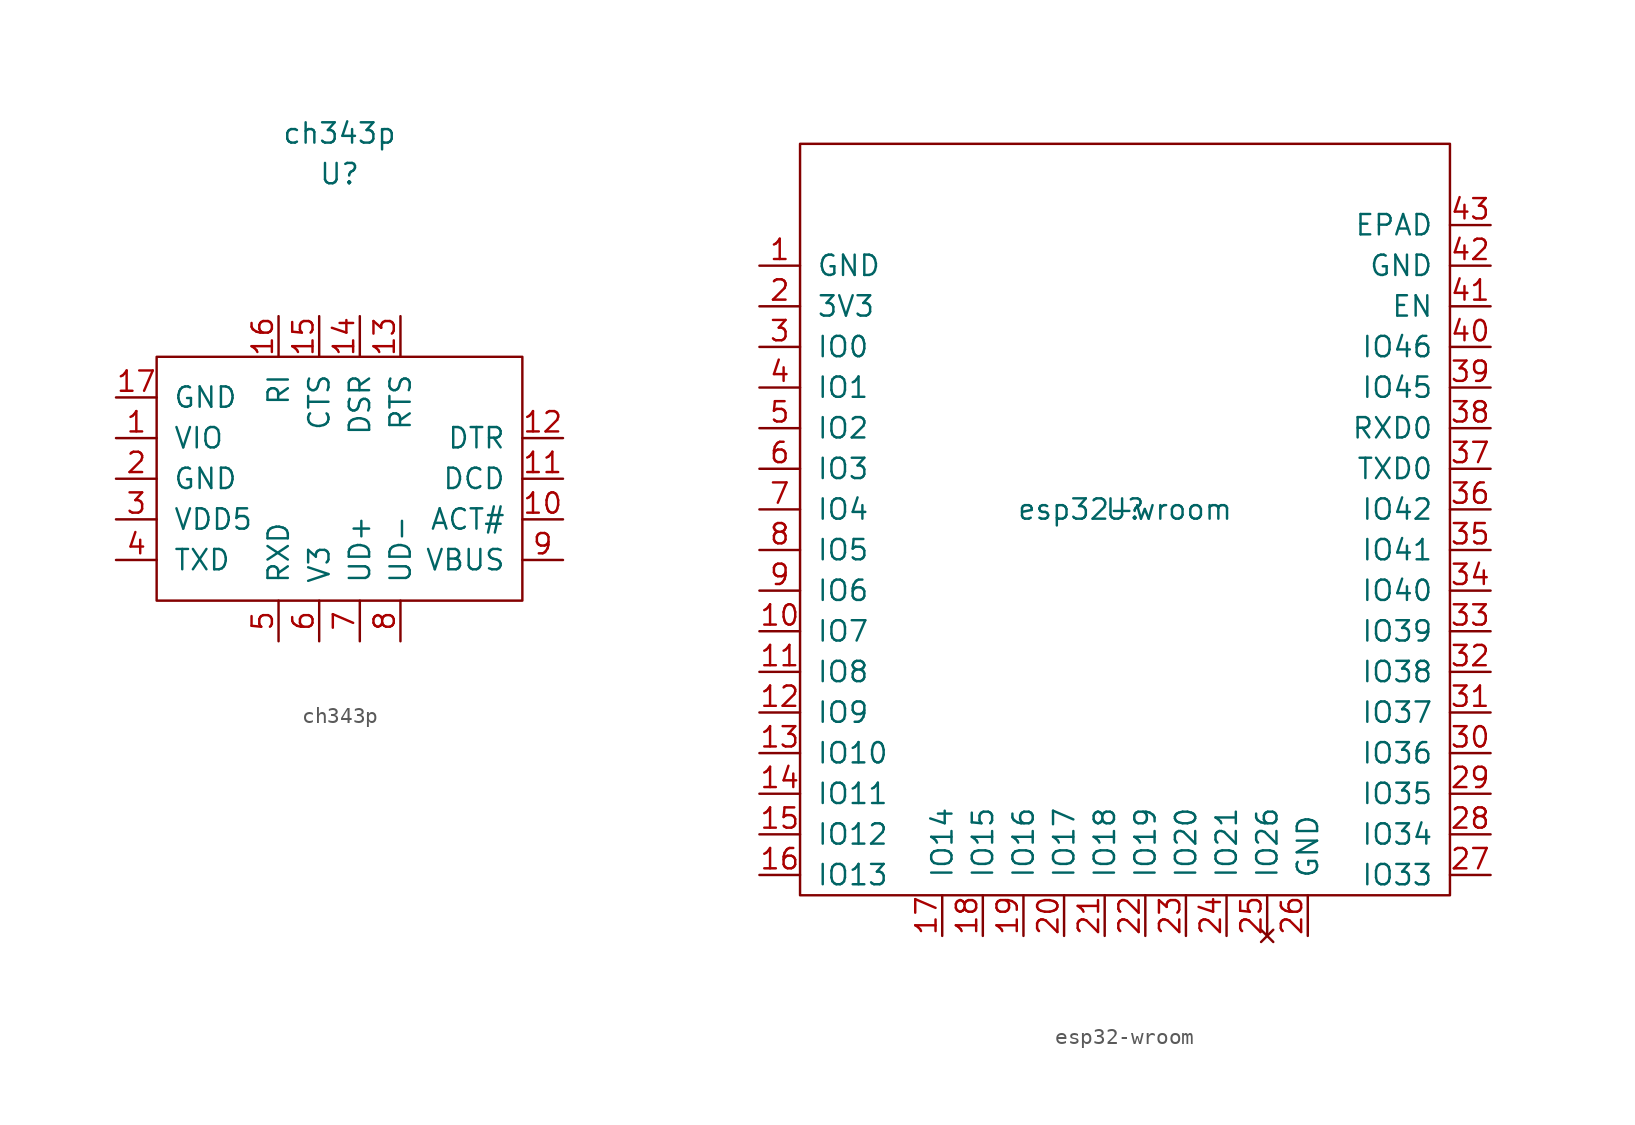
<source format=kicad_sym>
(kicad_symbol_lib
  (version 20211014)
  (generator kicad_symbol_editor)
  (symbol "ch343p"
    (pin_names
      (offset 1.016))
    (property "Reference" "U"
      (at 5.08 19.05 0)
      (effects (font (size 1.27 1.27))))
    (property "Value" "ch343p"
      (at 5.08 21.59 0)
      (effects (font (size 1.27 1.27))))
    (symbol "ch343p_0_1"
      (rectangle (start -6.35 7.62) (end 16.51 -7.62) (stroke (width 0) (type default) (color 0 0 0 0)) (fill (type none))))
    (symbol "ch343p_1_1"
      (pin passive line (at -8.89 2.54 0) (length 2.54) (name "VIO" (effects (font (size 1.27 1.27)))) (number "1" (effects (font (size 1.27 1.27)))))
      (pin passive line (at 19.05 -2.54 180) (length 2.54) (name "ACT#" (effects (font (size 1.27 1.27)))) (number "10" (effects (font (size 1.27 1.27)))))
      (pin passive line (at 19.05 0 180) (length 2.54) (name "DCD" (effects (font (size 1.27 1.27)))) (number "11" (effects (font (size 1.27 1.27)))))
      (pin passive line (at 19.05 2.54 180) (length 2.54) (name "DTR" (effects (font (size 1.27 1.27)))) (number "12" (effects (font (size 1.27 1.27)))))
      (pin passive line (at 8.89 10.16 270) (length 2.54) (name "RTS" (effects (font (size 1.27 1.27)))) (number "13" (effects (font (size 1.27 1.27)))))
      (pin passive line (at 6.35 10.16 270) (length 2.54) (name "DSR" (effects (font (size 1.27 1.27)))) (number "14" (effects (font (size 1.27 1.27)))))
      (pin passive line (at 3.81 10.16 270) (length 2.54) (name "CTS" (effects (font (size 1.27 1.27)))) (number "15" (effects (font (size 1.27 1.27)))))
      (pin passive line (at 1.27 10.16 270) (length 2.54) (name "RI" (effects (font (size 1.27 1.27)))) (number "16" (effects (font (size 1.27 1.27)))))
      (pin passive line (at -8.89 5.08 0) (length 2.54) (name "GND" (effects (font (size 1.27 1.27)))) (number "17" (effects (font (size 1.27 1.27)))))
      (pin passive line (at -8.89 0 0) (length 2.54) (name "GND" (effects (font (size 1.27 1.27)))) (number "2" (effects (font (size 1.27 1.27)))))
      (pin passive line (at -8.89 -2.54 0) (length 2.54) (name "VDD5" (effects (font (size 1.27 1.27)))) (number "3" (effects (font (size 1.27 1.27)))))
      (pin passive line (at -8.89 -5.08 0) (length 2.54) (name "TXD" (effects (font (size 1.27 1.27)))) (number "4" (effects (font (size 1.27 1.27)))))
      (pin passive line (at 1.27 -10.16 90) (length 2.54) (name "RXD" (effects (font (size 1.27 1.27)))) (number "5" (effects (font (size 1.27 1.27)))))
      (pin passive line (at 3.81 -10.16 90) (length 2.54) (name "V3" (effects (font (size 1.27 1.27)))) (number "6" (effects (font (size 1.27 1.27)))))
      (pin passive line (at 6.35 -10.16 90) (length 2.54) (name "UD+" (effects (font (size 1.27 1.27)))) (number "7" (effects (font (size 1.27 1.27)))))
      (pin passive line (at 8.89 -10.16 90) (length 2.54) (name "UD-" (effects (font (size 1.27 1.27)))) (number "8" (effects (font (size 1.27 1.27)))))
      (pin passive line (at 19.05 -5.08 180) (length 2.54) (name "VBUS" (effects (font (size 1.27 1.27)))) (number "9" (effects (font (size 1.27 1.27)))))))
  (symbol "esp32-wroom"
    (pin_names
      (offset 1.016))
    (property "Reference" "U"
      (at 1.27 2.54 0)
      (effects (font (size 1.27 1.27))))
    (property "Value" "esp32-wroom"
      (at 1.27 2.54 0)
      (effects (font (size 1.27 1.27))))
    (symbol "esp32-wroom_0_1"
      (rectangle (start -19.05 25.4) (end 21.59 -21.59) (stroke (width 0) (type default) (color 0 0 0 0)) (fill (type none))))
    (symbol "esp32-wroom_1_1"
      (pin passive line (at -21.59 17.78 0) (length 2.54) (name "GND" (effects (font (size 1.27 1.27)))) (number "1" (effects (font (size 1.27 1.27)))))
      (pin passive line (at -21.59 -5.08 0) (length 2.54) (name "IO7" (effects (font (size 1.27 1.27)))) (number "10" (effects (font (size 1.27 1.27)))))
      (pin passive line (at -21.59 -7.62 0) (length 2.54) (name "IO8" (effects (font (size 1.27 1.27)))) (number "11" (effects (font (size 1.27 1.27)))))
      (pin passive line (at -21.59 -10.16 0) (length 2.54) (name "IO9" (effects (font (size 1.27 1.27)))) (number "12" (effects (font (size 1.27 1.27)))))
      (pin passive line (at -21.59 -12.7 0) (length 2.54) (name "IO10" (effects (font (size 1.27 1.27)))) (number "13" (effects (font (size 1.27 1.27)))))
      (pin passive line (at -21.59 -15.24 0) (length 2.54) (name "IO11" (effects (font (size 1.27 1.27)))) (number "14" (effects (font (size 1.27 1.27)))))
      (pin passive line (at -21.59 -17.78 0) (length 2.54) (name "IO12" (effects (font (size 1.27 1.27)))) (number "15" (effects (font (size 1.27 1.27)))))
      (pin passive line (at -21.59 -20.32 0) (length 2.54) (name "IO13" (effects (font (size 1.27 1.27)))) (number "16" (effects (font (size 1.27 1.27)))))
      (pin passive line (at -10.16 -24.13 90) (length 2.54) (name "IO14" (effects (font (size 1.27 1.27)))) (number "17" (effects (font (size 1.27 1.27)))))
      (pin passive line (at -7.62 -24.13 90) (length 2.54) (name "IO15" (effects (font (size 1.27 1.27)))) (number "18" (effects (font (size 1.27 1.27)))))
      (pin passive line (at -5.08 -24.13 90) (length 2.54) (name "IO16" (effects (font (size 1.27 1.27)))) (number "19" (effects (font (size 1.27 1.27)))))
      (pin passive line (at -21.59 15.24 0) (length 2.54) (name "3V3" (effects (font (size 1.27 1.27)))) (number "2" (effects (font (size 1.27 1.27)))))
      (pin passive line (at -2.54 -24.13 90) (length 2.54) (name "IO17" (effects (font (size 1.27 1.27)))) (number "20" (effects (font (size 1.27 1.27)))))
      (pin passive line (at 0 -24.13 90) (length 2.54) (name "IO18" (effects (font (size 1.27 1.27)))) (number "21" (effects (font (size 1.27 1.27)))))
      (pin passive line (at 2.54 -24.13 90) (length 2.54) (name "IO19" (effects (font (size 1.27 1.27)))) (number "22" (effects (font (size 1.27 1.27)))))
      (pin passive line (at 5.08 -24.13 90) (length 2.54) (name "IO20" (effects (font (size 1.27 1.27)))) (number "23" (effects (font (size 1.27 1.27)))))
      (pin passive line (at 7.62 -24.13 90) (length 2.54) (name "IO21" (effects (font (size 1.27 1.27)))) (number "24" (effects (font (size 1.27 1.27)))))
      (pin no_connect line (at 10.16 -24.13 90) (length 2.54) (name "IO26" (effects (font (size 1.27 1.27)))) (number "25" (effects (font (size 1.27 1.27)))))
      (pin passive line (at 12.7 -24.13 90) (length 2.54) (name "GND" (effects (font (size 1.27 1.27)))) (number "26" (effects (font (size 1.27 1.27)))))
      (pin passive line (at 24.13 -20.32 180) (length 2.54) (name "IO33" (effects (font (size 1.27 1.27)))) (number "27" (effects (font (size 1.27 1.27)))))
      (pin passive line (at 24.13 -17.78 180) (length 2.54) (name "IO34" (effects (font (size 1.27 1.27)))) (number "28" (effects (font (size 1.27 1.27)))))
      (pin passive line (at 24.13 -15.24 180) (length 2.54) (name "IO35" (effects (font (size 1.27 1.27)))) (number "29" (effects (font (size 1.27 1.27)))))
      (pin passive line (at -21.59 12.7 0) (length 2.54) (name "IO0" (effects (font (size 1.27 1.27)))) (number "3" (effects (font (size 1.27 1.27)))))
      (pin passive line (at 24.13 -12.7 180) (length 2.54) (name "IO36" (effects (font (size 1.27 1.27)))) (number "30" (effects (font (size 1.27 1.27)))))
      (pin passive line (at 24.13 -10.16 180) (length 2.54) (name "IO37" (effects (font (size 1.27 1.27)))) (number "31" (effects (font (size 1.27 1.27)))))
      (pin passive line (at 24.13 -7.62 180) (length 2.54) (name "IO38" (effects (font (size 1.27 1.27)))) (number "32" (effects (font (size 1.27 1.27)))))
      (pin passive line (at 24.13 -5.08 180) (length 2.54) (name "IO39" (effects (font (size 1.27 1.27)))) (number "33" (effects (font (size 1.27 1.27)))))
      (pin passive line (at 24.13 -2.54 180) (length 2.54) (name "IO40" (effects (font (size 1.27 1.27)))) (number "34" (effects (font (size 1.27 1.27)))))
      (pin passive line (at 24.13 0 180) (length 2.54) (name "IO41" (effects (font (size 1.27 1.27)))) (number "35" (effects (font (size 1.27 1.27)))))
      (pin passive line (at 24.13 2.54 180) (length 2.54) (name "IO42" (effects (font (size 1.27 1.27)))) (number "36" (effects (font (size 1.27 1.27)))))
      (pin passive line (at 24.13 5.08 180) (length 2.54) (name "TXD0" (effects (font (size 1.27 1.27)))) (number "37" (effects (font (size 1.27 1.27)))))
      (pin passive line (at 24.13 7.62 180) (length 2.54) (name "RXD0" (effects (font (size 1.27 1.27)))) (number "38" (effects (font (size 1.27 1.27)))))
      (pin passive line (at 24.13 10.16 180) (length 2.54) (name "IO45" (effects (font (size 1.27 1.27)))) (number "39" (effects (font (size 1.27 1.27)))))
      (pin passive line (at -21.59 10.16 0) (length 2.54) (name "IO1" (effects (font (size 1.27 1.27)))) (number "4" (effects (font (size 1.27 1.27)))))
      (pin passive line (at 24.13 12.7 180) (length 2.54) (name "IO46" (effects (font (size 1.27 1.27)))) (number "40" (effects (font (size 1.27 1.27)))))
      (pin passive line (at 24.13 15.24 180) (length 2.54) (name "EN" (effects (font (size 1.27 1.27)))) (number "41" (effects (font (size 1.27 1.27)))))
      (pin passive line (at 24.13 17.78 180) (length 2.54) (name "GND" (effects (font (size 1.27 1.27)))) (number "42" (effects (font (size 1.27 1.27)))))
      (pin passive line (at 24.13 20.32 180) (length 2.54) (name "EPAD" (effects (font (size 1.27 1.27)))) (number "43" (effects (font (size 1.27 1.27)))))
      (pin passive line (at -21.59 7.62 0) (length 2.54) (name "IO2" (effects (font (size 1.27 1.27)))) (number "5" (effects (font (size 1.27 1.27)))))
      (pin passive line (at -21.59 5.08 0) (length 2.54) (name "IO3" (effects (font (size 1.27 1.27)))) (number "6" (effects (font (size 1.27 1.27)))))
      (pin passive line (at -21.59 2.54 0) (length 2.54) (name "IO4" (effects (font (size 1.27 1.27)))) (number "7" (effects (font (size 1.27 1.27)))))
      (pin passive line (at -21.59 0 0) (length 2.54) (name "IO5" (effects (font (size 1.27 1.27)))) (number "8" (effects (font (size 1.27 1.27)))))
      (pin passive line (at -21.59 -2.54 0) (length 2.54) (name "IO6" (effects (font (size 1.27 1.27)))) (number "9" (effects (font (size 1.27 1.27))))))))
</source>
